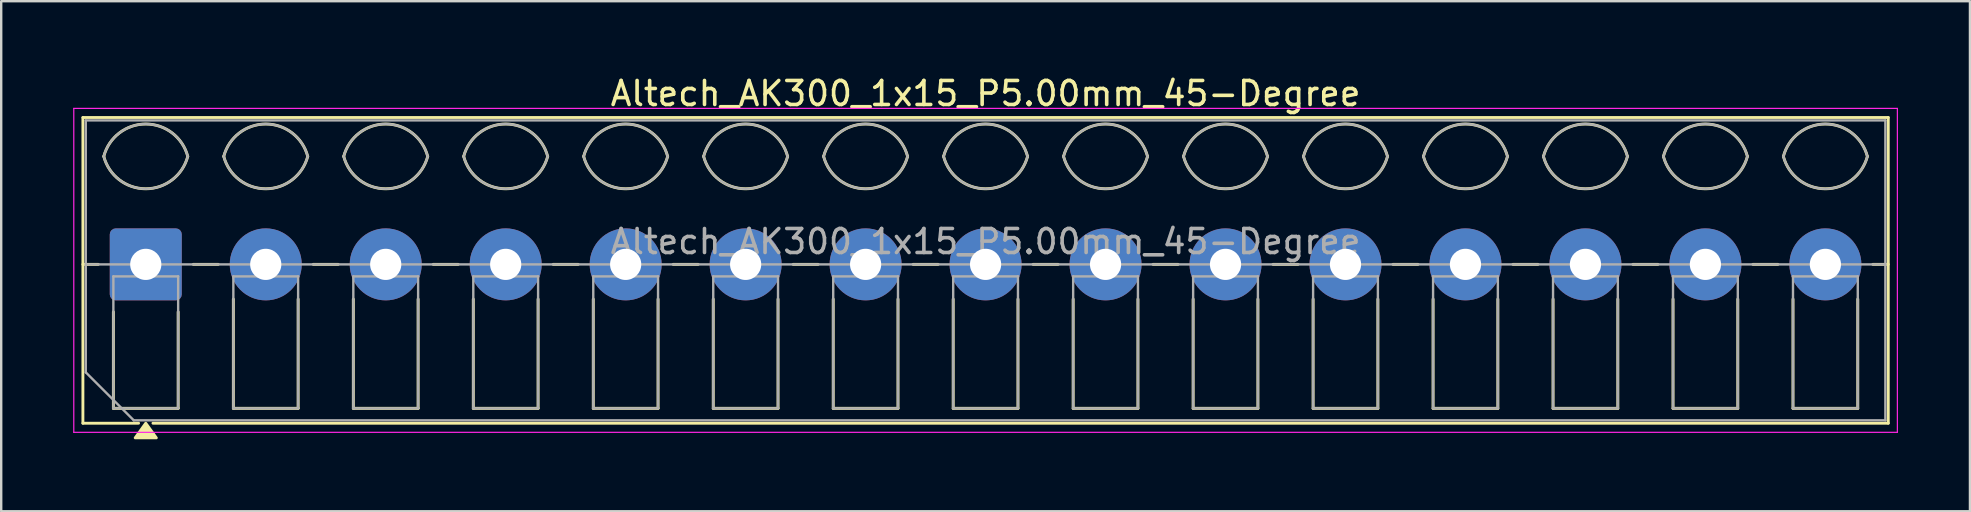
<source format=kicad_pcb>
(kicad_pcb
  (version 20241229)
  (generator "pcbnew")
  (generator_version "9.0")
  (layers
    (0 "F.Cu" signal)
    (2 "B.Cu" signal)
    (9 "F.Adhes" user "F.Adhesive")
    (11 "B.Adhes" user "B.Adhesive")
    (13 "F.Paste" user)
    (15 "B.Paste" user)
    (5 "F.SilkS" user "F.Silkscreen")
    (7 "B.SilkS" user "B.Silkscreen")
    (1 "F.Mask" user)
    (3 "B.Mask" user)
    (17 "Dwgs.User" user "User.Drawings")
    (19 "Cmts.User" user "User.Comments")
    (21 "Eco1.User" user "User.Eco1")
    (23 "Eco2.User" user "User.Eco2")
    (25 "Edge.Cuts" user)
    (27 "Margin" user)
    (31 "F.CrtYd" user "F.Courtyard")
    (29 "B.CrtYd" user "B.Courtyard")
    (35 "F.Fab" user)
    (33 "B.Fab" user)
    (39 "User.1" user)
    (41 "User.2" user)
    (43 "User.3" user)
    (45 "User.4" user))
  (footprint "Altech_AK300_1x15_P5.00mm_45-Degree"
    (layer "F.Cu")
    (at 3.025 7.968)
    (property "Reference" "Altech_AK300_1x15_P5.00mm_45-Degree" (at 35 -7.12 0) (layer "F.SilkS") (effects (font (size 1 1) (thickness 0.15))))
    (attr through_hole)
    (fp_line (start -2.62 -6.12) (end 72.62 -6.12) (stroke (width 0.12) (type solid)) (layer "F.SilkS"))
    (fp_line (start -2.62 0) (end -1.98 0) (stroke (width 0.12) (type solid)) (layer "F.SilkS"))
    (fp_line (start -2.62 6.62) (end -2.62 -6.12) (stroke (width 0.12) (type solid)) (layer "F.SilkS"))
    (fp_line (start -1.35 6) (end -1.35 1.98) (stroke (width 0.12) (type solid)) (layer "F.SilkS"))
    (fp_line (start -0.3 6.62) (end -2.62 6.62) (stroke (width 0.12) (type solid)) (layer "F.SilkS"))
    (fp_line (start 1.35 1.98) (end 1.35 6) (stroke (width 0.12) (type solid)) (layer "F.SilkS"))
    (fp_line (start 1.35 6) (end -1.35 6) (stroke (width 0.12) (type solid)) (layer "F.SilkS"))
    (fp_line (start 1.98 0) (end 3.02 0) (stroke (width 0.12) (type solid)) (layer "F.SilkS"))
    (fp_line (start 3.65 6) (end 3.65 1.448) (stroke (width 0.12) (type solid)) (layer "F.SilkS"))
    (fp_line (start 6.35 1.448) (end 6.35 6) (stroke (width 0.12) (type solid)) (layer "F.SilkS"))
    (fp_line (start 6.35 6) (end 3.65 6) (stroke (width 0.12) (type solid)) (layer "F.SilkS"))
    (fp_line (start 6.98 0) (end 8.02 0) (stroke (width 0.12) (type solid)) (layer "F.SilkS"))
    (fp_line (start 8.65 6) (end 8.65 1.448) (stroke (width 0.12) (type solid)) (layer "F.SilkS"))
    (fp_line (start 11.35 1.448) (end 11.35 6) (stroke (width 0.12) (type solid)) (layer "F.SilkS"))
    (fp_line (start 11.35 6) (end 8.65 6) (stroke (width 0.12) (type solid)) (layer "F.SilkS"))
    (fp_line (start 11.98 0) (end 13.02 0) (stroke (width 0.12) (type solid)) (layer "F.SilkS"))
    (fp_line (start 13.65 6) (end 13.65 1.448) (stroke (width 0.12) (type solid)) (layer "F.SilkS"))
    (fp_line (start 16.35 1.448) (end 16.35 6) (stroke (width 0.12) (type solid)) (layer "F.SilkS"))
    (fp_line (start 16.35 6) (end 13.65 6) (stroke (width 0.12) (type solid)) (layer "F.SilkS"))
    (fp_line (start 16.98 0) (end 18.02 0) (stroke (width 0.12) (type solid)) (layer "F.SilkS"))
    (fp_line (start 18.65 6) (end 18.65 1.448) (stroke (width 0.12) (type solid)) (layer "F.SilkS"))
    (fp_line (start 21.35 1.448) (end 21.35 6) (stroke (width 0.12) (type solid)) (layer "F.SilkS"))
    (fp_line (start 21.35 6) (end 18.65 6) (stroke (width 0.12) (type solid)) (layer "F.SilkS"))
    (fp_line (start 21.98 0) (end 23.02 0) (stroke (width 0.12) (type solid)) (layer "F.SilkS"))
    (fp_line (start 23.65 6) (end 23.65 1.448) (stroke (width 0.12) (type solid)) (layer "F.SilkS"))
    (fp_line (start 26.35 1.448) (end 26.35 6) (stroke (width 0.12) (type solid)) (layer "F.SilkS"))
    (fp_line (start 26.35 6) (end 23.65 6) (stroke (width 0.12) (type solid)) (layer "F.SilkS"))
    (fp_line (start 26.98 0) (end 28.02 0) (stroke (width 0.12) (type solid)) (layer "F.SilkS"))
    (fp_line (start 28.65 6) (end 28.65 1.448) (stroke (width 0.12) (type solid)) (layer "F.SilkS"))
    (fp_line (start 31.35 1.448) (end 31.35 6) (stroke (width 0.12) (type solid)) (layer "F.SilkS"))
    (fp_line (start 31.35 6) (end 28.65 6) (stroke (width 0.12) (type solid)) (layer "F.SilkS"))
    (fp_line (start 31.98 0) (end 33.02 0) (stroke (width 0.12) (type solid)) (layer "F.SilkS"))
    (fp_line (start 33.65 6) (end 33.65 1.448) (stroke (width 0.12) (type solid)) (layer "F.SilkS"))
    (fp_line (start 36.35 1.448) (end 36.35 6) (stroke (width 0.12) (type solid)) (layer "F.SilkS"))
    (fp_line (start 36.35 6) (end 33.65 6) (stroke (width 0.12) (type solid)) (layer "F.SilkS"))
    (fp_line (start 36.98 0) (end 38.02 0) (stroke (width 0.12) (type solid)) (layer "F.SilkS"))
    (fp_line (start 38.65 6) (end 38.65 1.448) (stroke (width 0.12) (type solid)) (layer "F.SilkS"))
    (fp_line (start 41.35 1.448) (end 41.35 6) (stroke (width 0.12) (type solid)) (layer "F.SilkS"))
    (fp_line (start 41.35 6) (end 38.65 6) (stroke (width 0.12) (type solid)) (layer "F.SilkS"))
    (fp_line (start 41.98 0) (end 43.02 0) (stroke (width 0.12) (type solid)) (layer "F.SilkS"))
    (fp_line (start 43.65 6) (end 43.65 1.448) (stroke (width 0.12) (type solid)) (layer "F.SilkS"))
    (fp_line (start 46.35 1.448) (end 46.35 6) (stroke (width 0.12) (type solid)) (layer "F.SilkS"))
    (fp_line (start 46.35 6) (end 43.65 6) (stroke (width 0.12) (type solid)) (layer "F.SilkS"))
    (fp_line (start 46.98 0) (end 48.02 0) (stroke (width 0.12) (type solid)) (layer "F.SilkS"))
    (fp_line (start 48.65 6) (end 48.65 1.448) (stroke (width 0.12) (type solid)) (layer "F.SilkS"))
    (fp_line (start 51.35 1.448) (end 51.35 6) (stroke (width 0.12) (type solid)) (layer "F.SilkS"))
    (fp_line (start 51.35 6) (end 48.65 6) (stroke (width 0.12) (type solid)) (layer "F.SilkS"))
    (fp_line (start 51.98 0) (end 53.02 0) (stroke (width 0.12) (type solid)) (layer "F.SilkS"))
    (fp_line (start 53.65 6) (end 53.65 1.448) (stroke (width 0.12) (type solid)) (layer "F.SilkS"))
    (fp_line (start 56.35 1.448) (end 56.35 6) (stroke (width 0.12) (type solid)) (layer "F.SilkS"))
    (fp_line (start 56.35 6) (end 53.65 6) (stroke (width 0.12) (type solid)) (layer "F.SilkS"))
    (fp_line (start 56.98 0) (end 58.02 0) (stroke (width 0.12) (type solid)) (layer "F.SilkS"))
    (fp_line (start 58.65 6) (end 58.65 1.448) (stroke (width 0.12) (type solid)) (layer "F.SilkS"))
    (fp_line (start 61.35 1.448) (end 61.35 6) (stroke (width 0.12) (type solid)) (layer "F.SilkS"))
    (fp_line (start 61.35 6) (end 58.65 6) (stroke (width 0.12) (type solid)) (layer "F.SilkS"))
    (fp_line (start 61.98 0) (end 63.02 0) (stroke (width 0.12) (type solid)) (layer "F.SilkS"))
    (fp_line (start 63.65 6) (end 63.65 1.448) (stroke (width 0.12) (type solid)) (layer "F.SilkS"))
    (fp_line (start 66.35 1.448) (end 66.35 6) (stroke (width 0.12) (type solid)) (layer "F.SilkS"))
    (fp_line (start 66.35 6) (end 63.65 6) (stroke (width 0.12) (type solid)) (layer "F.SilkS"))
    (fp_line (start 66.98 0) (end 68.02 0) (stroke (width 0.12) (type solid)) (layer "F.SilkS"))
    (fp_line (start 68.65 6) (end 68.65 1.448) (stroke (width 0.12) (type solid)) (layer "F.SilkS"))
    (fp_line (start 71.35 1.448) (end 71.35 6) (stroke (width 0.12) (type solid)) (layer "F.SilkS"))
    (fp_line (start 71.35 6) (end 68.65 6) (stroke (width 0.12) (type solid)) (layer "F.SilkS"))
    (fp_line (start 71.98 0) (end 72.62 0) (stroke (width 0.12) (type solid)) (layer "F.SilkS"))
    (fp_line (start 72.62 -6.12) (end 72.62 6.62) (stroke (width 0.12) (type solid)) (layer "F.SilkS"))
    (fp_line (start 72.62 6.62) (end 0.3 6.62) (stroke (width 0.12) (type solid)) (layer "F.SilkS"))
    (fp_arc (start -1.75 -4.5) (mid 0 -5.85) (end 1.75 -4.5) (stroke (width 0.12) (type solid)) (layer "F.SilkS"))
    (fp_arc (start 1.75 -4.5) (mid 0 -3.15) (end -1.75 -4.5) (stroke (width 0.12) (type solid)) (layer "F.SilkS"))
    (fp_arc (start 3.25 -4.5) (mid 5 -5.85) (end 6.75 -4.5) (stroke (width 0.12) (type solid)) (layer "F.SilkS"))
    (fp_arc (start 6.75 -4.5) (mid 5 -3.15) (end 3.25 -4.5) (stroke (width 0.12) (type solid)) (layer "F.SilkS"))
    (fp_arc (start 8.25 -4.5) (mid 10 -5.85) (end 11.75 -4.5) (stroke (width 0.12) (type solid)) (layer "F.SilkS"))
    (fp_arc (start 11.75 -4.5) (mid 10 -3.15) (end 8.25 -4.5) (stroke (width 0.12) (type solid)) (layer "F.SilkS"))
    (fp_arc (start 13.25 -4.5) (mid 15 -5.85) (end 16.75 -4.5) (stroke (width 0.12) (type solid)) (layer "F.SilkS"))
    (fp_arc (start 16.75 -4.5) (mid 15 -3.15) (end 13.25 -4.5) (stroke (width 0.12) (type solid)) (layer "F.SilkS"))
    (fp_arc (start 18.25 -4.5) (mid 20 -5.85) (end 21.75 -4.5) (stroke (width 0.12) (type solid)) (layer "F.SilkS"))
    (fp_arc (start 21.75 -4.5) (mid 20 -3.15) (end 18.25 -4.5) (stroke (width 0.12) (type solid)) (layer "F.SilkS"))
    (fp_arc (start 23.25 -4.5) (mid 25 -5.85) (end 26.75 -4.5) (stroke (width 0.12) (type solid)) (layer "F.SilkS"))
    (fp_arc (start 26.75 -4.5) (mid 25 -3.15) (end 23.25 -4.5) (stroke (width 0.12) (type solid)) (layer "F.SilkS"))
    (fp_arc (start 28.25 -4.5) (mid 30 -5.85) (end 31.75 -4.5) (stroke (width 0.12) (type solid)) (layer "F.SilkS"))
    (fp_arc (start 31.75 -4.5) (mid 30 -3.15) (end 28.25 -4.5) (stroke (width 0.12) (type solid)) (layer "F.SilkS"))
    (fp_arc (start 33.25 -4.5) (mid 35 -5.85) (end 36.75 -4.5) (stroke (width 0.12) (type solid)) (layer "F.SilkS"))
    (fp_arc (start 36.75 -4.5) (mid 35 -3.15) (end 33.25 -4.5) (stroke (width 0.12) (type solid)) (layer "F.SilkS"))
    (fp_arc (start 38.25 -4.5) (mid 40 -5.85) (end 41.75 -4.5) (stroke (width 0.12) (type solid)) (layer "F.SilkS"))
    (fp_arc (start 41.75 -4.5) (mid 40 -3.15) (end 38.25 -4.5) (stroke (width 0.12) (type solid)) (layer "F.SilkS"))
    (fp_arc (start 43.25 -4.5) (mid 45 -5.85) (end 46.75 -4.5) (stroke (width 0.12) (type solid)) (layer "F.SilkS"))
    (fp_arc (start 46.75 -4.5) (mid 45 -3.15) (end 43.25 -4.5) (stroke (width 0.12) (type solid)) (layer "F.SilkS"))
    (fp_arc (start 48.25 -4.5) (mid 50 -5.85) (end 51.75 -4.5) (stroke (width 0.12) (type solid)) (layer "F.SilkS"))
    (fp_arc (start 51.75 -4.5) (mid 50 -3.15) (end 48.25 -4.5) (stroke (width 0.12) (type solid)) (layer "F.SilkS"))
    (fp_arc (start 53.25 -4.5) (mid 55 -5.85) (end 56.75 -4.5) (stroke (width 0.12) (type solid)) (layer "F.SilkS"))
    (fp_arc (start 56.75 -4.5) (mid 55 -3.15) (end 53.25 -4.5) (stroke (width 0.12) (type solid)) (layer "F.SilkS"))
    (fp_arc (start 58.25 -4.5) (mid 60 -5.85) (end 61.75 -4.5) (stroke (width 0.12) (type solid)) (layer "F.SilkS"))
    (fp_arc (start 61.75 -4.5) (mid 60 -3.15) (end 58.25 -4.5) (stroke (width 0.12) (type solid)) (layer "F.SilkS"))
    (fp_arc (start 63.25 -4.5) (mid 65 -5.85) (end 66.75 -4.5) (stroke (width 0.12) (type solid)) (layer "F.SilkS"))
    (fp_arc (start 66.75 -4.5) (mid 65 -3.15) (end 63.25 -4.5) (stroke (width 0.12) (type solid)) (layer "F.SilkS"))
    (fp_arc (start 68.25 -4.5) (mid 70 -5.85) (end 71.75 -4.5) (stroke (width 0.12) (type solid)) (layer "F.SilkS"))
    (fp_arc (start 71.75 -4.5) (mid 70 -3.15) (end 68.25 -4.5) (stroke (width 0.12) (type solid)) (layer "F.SilkS"))
    (fp_poly (pts (xy 0 6.62) (xy 0.44 7.23) (xy -0.44 7.23)) (stroke (width 0.12) (type solid)) (fill yes) (layer "F.SilkS"))
    (fp_line (start -3 -6.5) (end -3 7) (stroke (width 0.05) (type solid)) (layer "F.CrtYd"))
    (fp_line (start -3 7) (end 73 7) (stroke (width 0.05) (type solid)) (layer "F.CrtYd"))
    (fp_line (start 73 -6.5) (end -3 -6.5) (stroke (width 0.05) (type solid)) (layer "F.CrtYd"))
    (fp_line (start 73 7) (end 73 -6.5) (stroke (width 0.05) (type solid)) (layer "F.CrtYd"))
    (fp_line (start -2.5 -6) (end 72.5 -6) (stroke (width 0.1) (type solid)) (layer "F.Fab"))
    (fp_line (start -2.5 0) (end 72.5 0) (stroke (width 0.1) (type solid)) (layer "F.Fab"))
    (fp_line (start -2.5 4.5) (end -2.5 -6) (stroke (width 0.1) (type solid)) (layer "F.Fab"))
    (fp_line (start -1.35 0.5) (end -1.35 6) (stroke (width 0.1) (type solid)) (layer "F.Fab"))
    (fp_line (start -1.35 6) (end 1.35 6) (stroke (width 0.1) (type solid)) (layer "F.Fab"))
    (fp_line (start -0.5 6.5) (end -2.5 4.5) (stroke (width 0.1) (type solid)) (layer "F.Fab"))
    (fp_line (start 1.35 0.5) (end -1.35 0.5) (stroke (width 0.1) (type solid)) (layer "F.Fab"))
    (fp_line (start 1.35 6) (end 1.35 0.5) (stroke (width 0.1) (type solid)) (layer "F.Fab"))
    (fp_line (start 3.65 0.5) (end 3.65 6) (stroke (width 0.1) (type solid)) (layer "F.Fab"))
    (fp_line (start 3.65 6) (end 6.35 6) (stroke (width 0.1) (type solid)) (layer "F.Fab"))
    (fp_line (start 6.35 0.5) (end 3.65 0.5) (stroke (width 0.1) (type solid)) (layer "F.Fab"))
    (fp_line (start 6.35 6) (end 6.35 0.5) (stroke (width 0.1) (type solid)) (layer "F.Fab"))
    (fp_line (start 8.65 0.5) (end 8.65 6) (stroke (width 0.1) (type solid)) (layer "F.Fab"))
    (fp_line (start 8.65 6) (end 11.351 6) (stroke (width 0.1) (type solid)) (layer "F.Fab"))
    (fp_line (start 11.351 0.5) (end 8.65 0.5) (stroke (width 0.1) (type solid)) (layer "F.Fab"))
    (fp_line (start 11.351 6) (end 11.351 0.5) (stroke (width 0.1) (type solid)) (layer "F.Fab"))
    (fp_line (start 13.65 0.5) (end 13.65 6) (stroke (width 0.1) (type solid)) (layer "F.Fab"))
    (fp_line (start 13.65 6) (end 16.351 6) (stroke (width 0.1) (type solid)) (layer "F.Fab"))
    (fp_line (start 16.351 0.5) (end 13.65 0.5) (stroke (width 0.1) (type solid)) (layer "F.Fab"))
    (fp_line (start 16.351 6) (end 16.351 0.5) (stroke (width 0.1) (type solid)) (layer "F.Fab"))
    (fp_line (start 18.65 0.5) (end 18.65 6) (stroke (width 0.1) (type solid)) (layer "F.Fab"))
    (fp_line (start 18.65 6) (end 21.35 6) (stroke (width 0.1) (type solid)) (layer "F.Fab"))
    (fp_line (start 21.35 0.5) (end 18.65 0.5) (stroke (width 0.1) (type solid)) (layer "F.Fab"))
    (fp_line (start 21.35 6) (end 21.35 0.5) (stroke (width 0.1) (type solid)) (layer "F.Fab"))
    (fp_line (start 23.65 0.5) (end 23.65 6) (stroke (width 0.1) (type solid)) (layer "F.Fab"))
    (fp_line (start 23.65 6) (end 26.35 6) (stroke (width 0.1) (type solid)) (layer "F.Fab"))
    (fp_line (start 26.35 0.5) (end 23.65 0.5) (stroke (width 0.1) (type solid)) (layer "F.Fab"))
    (fp_line (start 26.35 6) (end 26.35 0.5) (stroke (width 0.1) (type solid)) (layer "F.Fab"))
    (fp_line (start 28.65 0.5) (end 28.65 6) (stroke (width 0.1) (type solid)) (layer "F.Fab"))
    (fp_line (start 28.65 6) (end 31.35 6) (stroke (width 0.1) (type solid)) (layer "F.Fab"))
    (fp_line (start 31.35 0.5) (end 28.65 0.5) (stroke (width 0.1) (type solid)) (layer "F.Fab"))
    (fp_line (start 31.35 6) (end 31.35 0.5) (stroke (width 0.1) (type solid)) (layer "F.Fab"))
    (fp_line (start 33.65 0.5) (end 33.65 6) (stroke (width 0.1) (type solid)) (layer "F.Fab"))
    (fp_line (start 33.65 6) (end 36.35 6) (stroke (width 0.1) (type solid)) (layer "F.Fab"))
    (fp_line (start 36.35 0.5) (end 33.65 0.5) (stroke (width 0.1) (type solid)) (layer "F.Fab"))
    (fp_line (start 36.35 6) (end 36.35 0.5) (stroke (width 0.1) (type solid)) (layer "F.Fab"))
    (fp_line (start 38.65 0.5) (end 38.65 6) (stroke (width 0.1) (type solid)) (layer "F.Fab"))
    (fp_line (start 38.65 6) (end 41.35 6) (stroke (width 0.1) (type solid)) (layer "F.Fab"))
    (fp_line (start 41.35 0.5) (end 38.65 0.5) (stroke (width 0.1) (type solid)) (layer "F.Fab"))
    (fp_line (start 41.35 6) (end 41.35 0.5) (stroke (width 0.1) (type solid)) (layer "F.Fab"))
    (fp_line (start 43.65 0.5) (end 43.65 6) (stroke (width 0.1) (type solid)) (layer "F.Fab"))
    (fp_line (start 43.65 6) (end 46.35 6) (stroke (width 0.1) (type solid)) (layer "F.Fab"))
    (fp_line (start 46.35 0.5) (end 43.65 0.5) (stroke (width 0.1) (type solid)) (layer "F.Fab"))
    (fp_line (start 46.35 6) (end 46.35 0.5) (stroke (width 0.1) (type solid)) (layer "F.Fab"))
    (fp_line (start 48.65 0.5) (end 48.65 6) (stroke (width 0.1) (type solid)) (layer "F.Fab"))
    (fp_line (start 48.65 6) (end 51.35 6) (stroke (width 0.1) (type solid)) (layer "F.Fab"))
    (fp_line (start 51.35 0.5) (end 48.65 0.5) (stroke (width 0.1) (type solid)) (layer "F.Fab"))
    (fp_line (start 51.35 6) (end 51.35 0.5) (stroke (width 0.1) (type solid)) (layer "F.Fab"))
    (fp_line (start 53.65 0.5) (end 53.65 6) (stroke (width 0.1) (type solid)) (layer "F.Fab"))
    (fp_line (start 53.65 6) (end 56.35 6) (stroke (width 0.1) (type solid)) (layer "F.Fab"))
    (fp_line (start 56.35 0.5) (end 53.65 0.5) (stroke (width 0.1) (type solid)) (layer "F.Fab"))
    (fp_line (start 56.35 6) (end 56.35 0.5) (stroke (width 0.1) (type solid)) (layer "F.Fab"))
    (fp_line (start 58.65 0.5) (end 58.65 6) (stroke (width 0.1) (type solid)) (layer "F.Fab"))
    (fp_line (start 58.65 6) (end 61.35 6) (stroke (width 0.1) (type solid)) (layer "F.Fab"))
    (fp_line (start 61.35 0.5) (end 58.65 0.5) (stroke (width 0.1) (type solid)) (layer "F.Fab"))
    (fp_line (start 61.35 6) (end 61.35 0.5) (stroke (width 0.1) (type solid)) (layer "F.Fab"))
    (fp_line (start 63.65 0.5) (end 63.65 6) (stroke (width 0.1) (type solid)) (layer "F.Fab"))
    (fp_line (start 63.65 6) (end 66.35 6) (stroke (width 0.1) (type solid)) (layer "F.Fab"))
    (fp_line (start 66.35 0.5) (end 63.65 0.5) (stroke (width 0.1) (type solid)) (layer "F.Fab"))
    (fp_line (start 66.35 6) (end 66.35 0.5) (stroke (width 0.1) (type solid)) (layer "F.Fab"))
    (fp_line (start 68.65 0.5) (end 68.65 6) (stroke (width 0.1) (type solid)) (layer "F.Fab"))
    (fp_line (start 68.65 6) (end 71.35 6) (stroke (width 0.1) (type solid)) (layer "F.Fab"))
    (fp_line (start 71.35 0.5) (end 68.65 0.5) (stroke (width 0.1) (type solid)) (layer "F.Fab"))
    (fp_line (start 71.35 6) (end 71.35 0.5) (stroke (width 0.1) (type solid)) (layer "F.Fab"))
    (fp_line (start 72.5 -6) (end 72.5 6.5) (stroke (width 0.1) (type solid)) (layer "F.Fab"))
    (fp_line (start 72.5 6.5) (end -0.5 6.5) (stroke (width 0.1) (type solid)) (layer "F.Fab"))
    (fp_arc (start -1.75 -4.5) (mid 0 -5.85) (end 1.75 -4.5) (stroke (width 0.1) (type solid)) (layer "F.Fab"))
    (fp_arc (start 1.75 -4.5) (mid 0 -3.15) (end -1.75 -4.5) (stroke (width 0.1) (type solid)) (layer "F.Fab"))
    (fp_arc (start 3.25 -4.5) (mid 5 -5.85) (end 6.75 -4.5) (stroke (width 0.1) (type solid)) (layer "F.Fab"))
    (fp_arc (start 6.75 -4.5) (mid 5 -3.15) (end 3.25 -4.5) (stroke (width 0.1) (type solid)) (layer "F.Fab"))
    (fp_arc (start 8.25 -4.5) (mid 10 -5.85) (end 11.75 -4.5) (stroke (width 0.1) (type solid)) (layer "F.Fab"))
    (fp_arc (start 11.75 -4.5) (mid 10 -3.15) (end 8.25 -4.5) (stroke (width 0.1) (type solid)) (layer "F.Fab"))
    (fp_arc (start 13.25 -4.5) (mid 15 -5.85) (end 16.75 -4.5) (stroke (width 0.1) (type solid)) (layer "F.Fab"))
    (fp_arc (start 16.75 -4.5) (mid 15 -3.15) (end 13.25 -4.5) (stroke (width 0.1) (type solid)) (layer "F.Fab"))
    (fp_arc (start 18.25 -4.5) (mid 20 -5.85) (end 21.75 -4.5) (stroke (width 0.1) (type solid)) (layer "F.Fab"))
    (fp_arc (start 21.75 -4.5) (mid 20 -3.15) (end 18.25 -4.5) (stroke (width 0.1) (type solid)) (layer "F.Fab"))
    (fp_arc (start 23.25 -4.5) (mid 25 -5.85) (end 26.75 -4.5) (stroke (width 0.1) (type solid)) (layer "F.Fab"))
    (fp_arc (start 26.75 -4.5) (mid 25 -3.15) (end 23.25 -4.5) (stroke (width 0.1) (type solid)) (layer "F.Fab"))
    (fp_arc (start 28.25 -4.5) (mid 30 -5.85) (end 31.75 -4.5) (stroke (width 0.1) (type solid)) (layer "F.Fab"))
    (fp_arc (start 31.75 -4.5) (mid 30 -3.15) (end 28.25 -4.5) (stroke (width 0.1) (type solid)) (layer "F.Fab"))
    (fp_arc (start 33.25 -4.5) (mid 35 -5.85) (end 36.75 -4.5) (stroke (width 0.1) (type solid)) (layer "F.Fab"))
    (fp_arc (start 36.75 -4.5) (mid 35 -3.15) (end 33.25 -4.5) (stroke (width 0.1) (type solid)) (layer "F.Fab"))
    (fp_arc (start 38.25 -4.5) (mid 40 -5.85) (end 41.75 -4.5) (stroke (width 0.1) (type solid)) (layer "F.Fab"))
    (fp_arc (start 41.75 -4.5) (mid 40 -3.15) (end 38.25 -4.5) (stroke (width 0.1) (type solid)) (layer "F.Fab"))
    (fp_arc (start 43.25 -4.5) (mid 45 -5.85) (end 46.75 -4.5) (stroke (width 0.1) (type solid)) (layer "F.Fab"))
    (fp_arc (start 46.75 -4.5) (mid 45 -3.15) (end 43.25 -4.5) (stroke (width 0.1) (type solid)) (layer "F.Fab"))
    (fp_arc (start 48.25 -4.5) (mid 50 -5.85) (end 51.75 -4.5) (stroke (width 0.1) (type solid)) (layer "F.Fab"))
    (fp_arc (start 51.75 -4.5) (mid 50 -3.15) (end 48.25 -4.5) (stroke (width 0.1) (type solid)) (layer "F.Fab"))
    (fp_arc (start 53.25 -4.5) (mid 55 -5.85) (end 56.75 -4.5) (stroke (width 0.1) (type solid)) (layer "F.Fab"))
    (fp_arc (start 56.75 -4.5) (mid 55 -3.15) (end 53.25 -4.5) (stroke (width 0.1) (type solid)) (layer "F.Fab"))
    (fp_arc (start 58.25 -4.5) (mid 60 -5.85) (end 61.75 -4.5) (stroke (width 0.1) (type solid)) (layer "F.Fab"))
    (fp_arc (start 61.75 -4.5) (mid 60 -3.15) (end 58.25 -4.5) (stroke (width 0.1) (type solid)) (layer "F.Fab"))
    (fp_arc (start 63.25 -4.5) (mid 65 -5.85) (end 66.75 -4.5) (stroke (width 0.1) (type solid)) (layer "F.Fab"))
    (fp_arc (start 66.75 -4.5) (mid 65 -3.15) (end 63.25 -4.5) (stroke (width 0.1) (type solid)) (layer "F.Fab"))
    (fp_arc (start 68.25 -4.5) (mid 70 -5.85) (end 71.75 -4.5) (stroke (width 0.1) (type solid)) (layer "F.Fab"))
    (fp_arc (start 71.75 -4.5) (mid 70 -3.15) (end 68.25 -4.5) (stroke (width 0.1) (type solid)) (layer "F.Fab"))
    (fp_text user "${REFERENCE}" (at 35 -0.95 0) (layer "F.Fab") (effects (font (size 1 1) (thickness 0.15))))
    (pad "1" thru_hole roundrect (at 0 0) (size 3 3) (drill 1.3) (layers "*.Cu" "*.Mask") (roundrect_rratio 0.083))
    (pad "2" thru_hole circle (at 5 0) (size 3 3) (drill 1.3) (layers "*.Cu" "*.Mask"))
    (pad "3" thru_hole circle (at 10 0) (size 3 3) (drill 1.3) (layers "*.Cu" "*.Mask"))
    (pad "4" thru_hole circle (at 15 0) (size 3 3) (drill 1.3) (layers "*.Cu" "*.Mask"))
    (pad "5" thru_hole circle (at 20 0) (size 3 3) (drill 1.3) (layers "*.Cu" "*.Mask"))
    (pad "6" thru_hole circle (at 25 0) (size 3 3) (drill 1.3) (layers "*.Cu" "*.Mask"))
    (pad "7" thru_hole circle (at 30 0) (size 3 3) (drill 1.3) (layers "*.Cu" "*.Mask"))
    (pad "8" thru_hole circle (at 35 0) (size 3 3) (drill 1.3) (layers "*.Cu" "*.Mask"))
    (pad "9" thru_hole circle (at 40 0) (size 3 3) (drill 1.3) (layers "*.Cu" "*.Mask"))
    (pad "10" thru_hole circle (at 45 0) (size 3 3) (drill 1.3) (layers "*.Cu" "*.Mask"))
    (pad "11" thru_hole circle (at 50 0) (size 3 3) (drill 1.3) (layers "*.Cu" "*.Mask"))
    (pad "12" thru_hole circle (at 55 0) (size 3 3) (drill 1.3) (layers "*.Cu" "*.Mask"))
    (pad "13" thru_hole circle (at 60 0) (size 3 3) (drill 1.3) (layers "*.Cu" "*.Mask"))
    (pad "14" thru_hole circle (at 65 0) (size 3 3) (drill 1.3) (layers "*.Cu" "*.Mask"))
    (pad "15" thru_hole circle (at 70 0) (size 3 3) (drill 1.3) (layers "*.Cu" "*.Mask")))
  (gr_rect
    (start -3 -3)
    (end 79.05 18.258)
    (stroke (width 0.1) (type default))
    (fill no)
    (layer "Edge.Cuts")))
</source>
